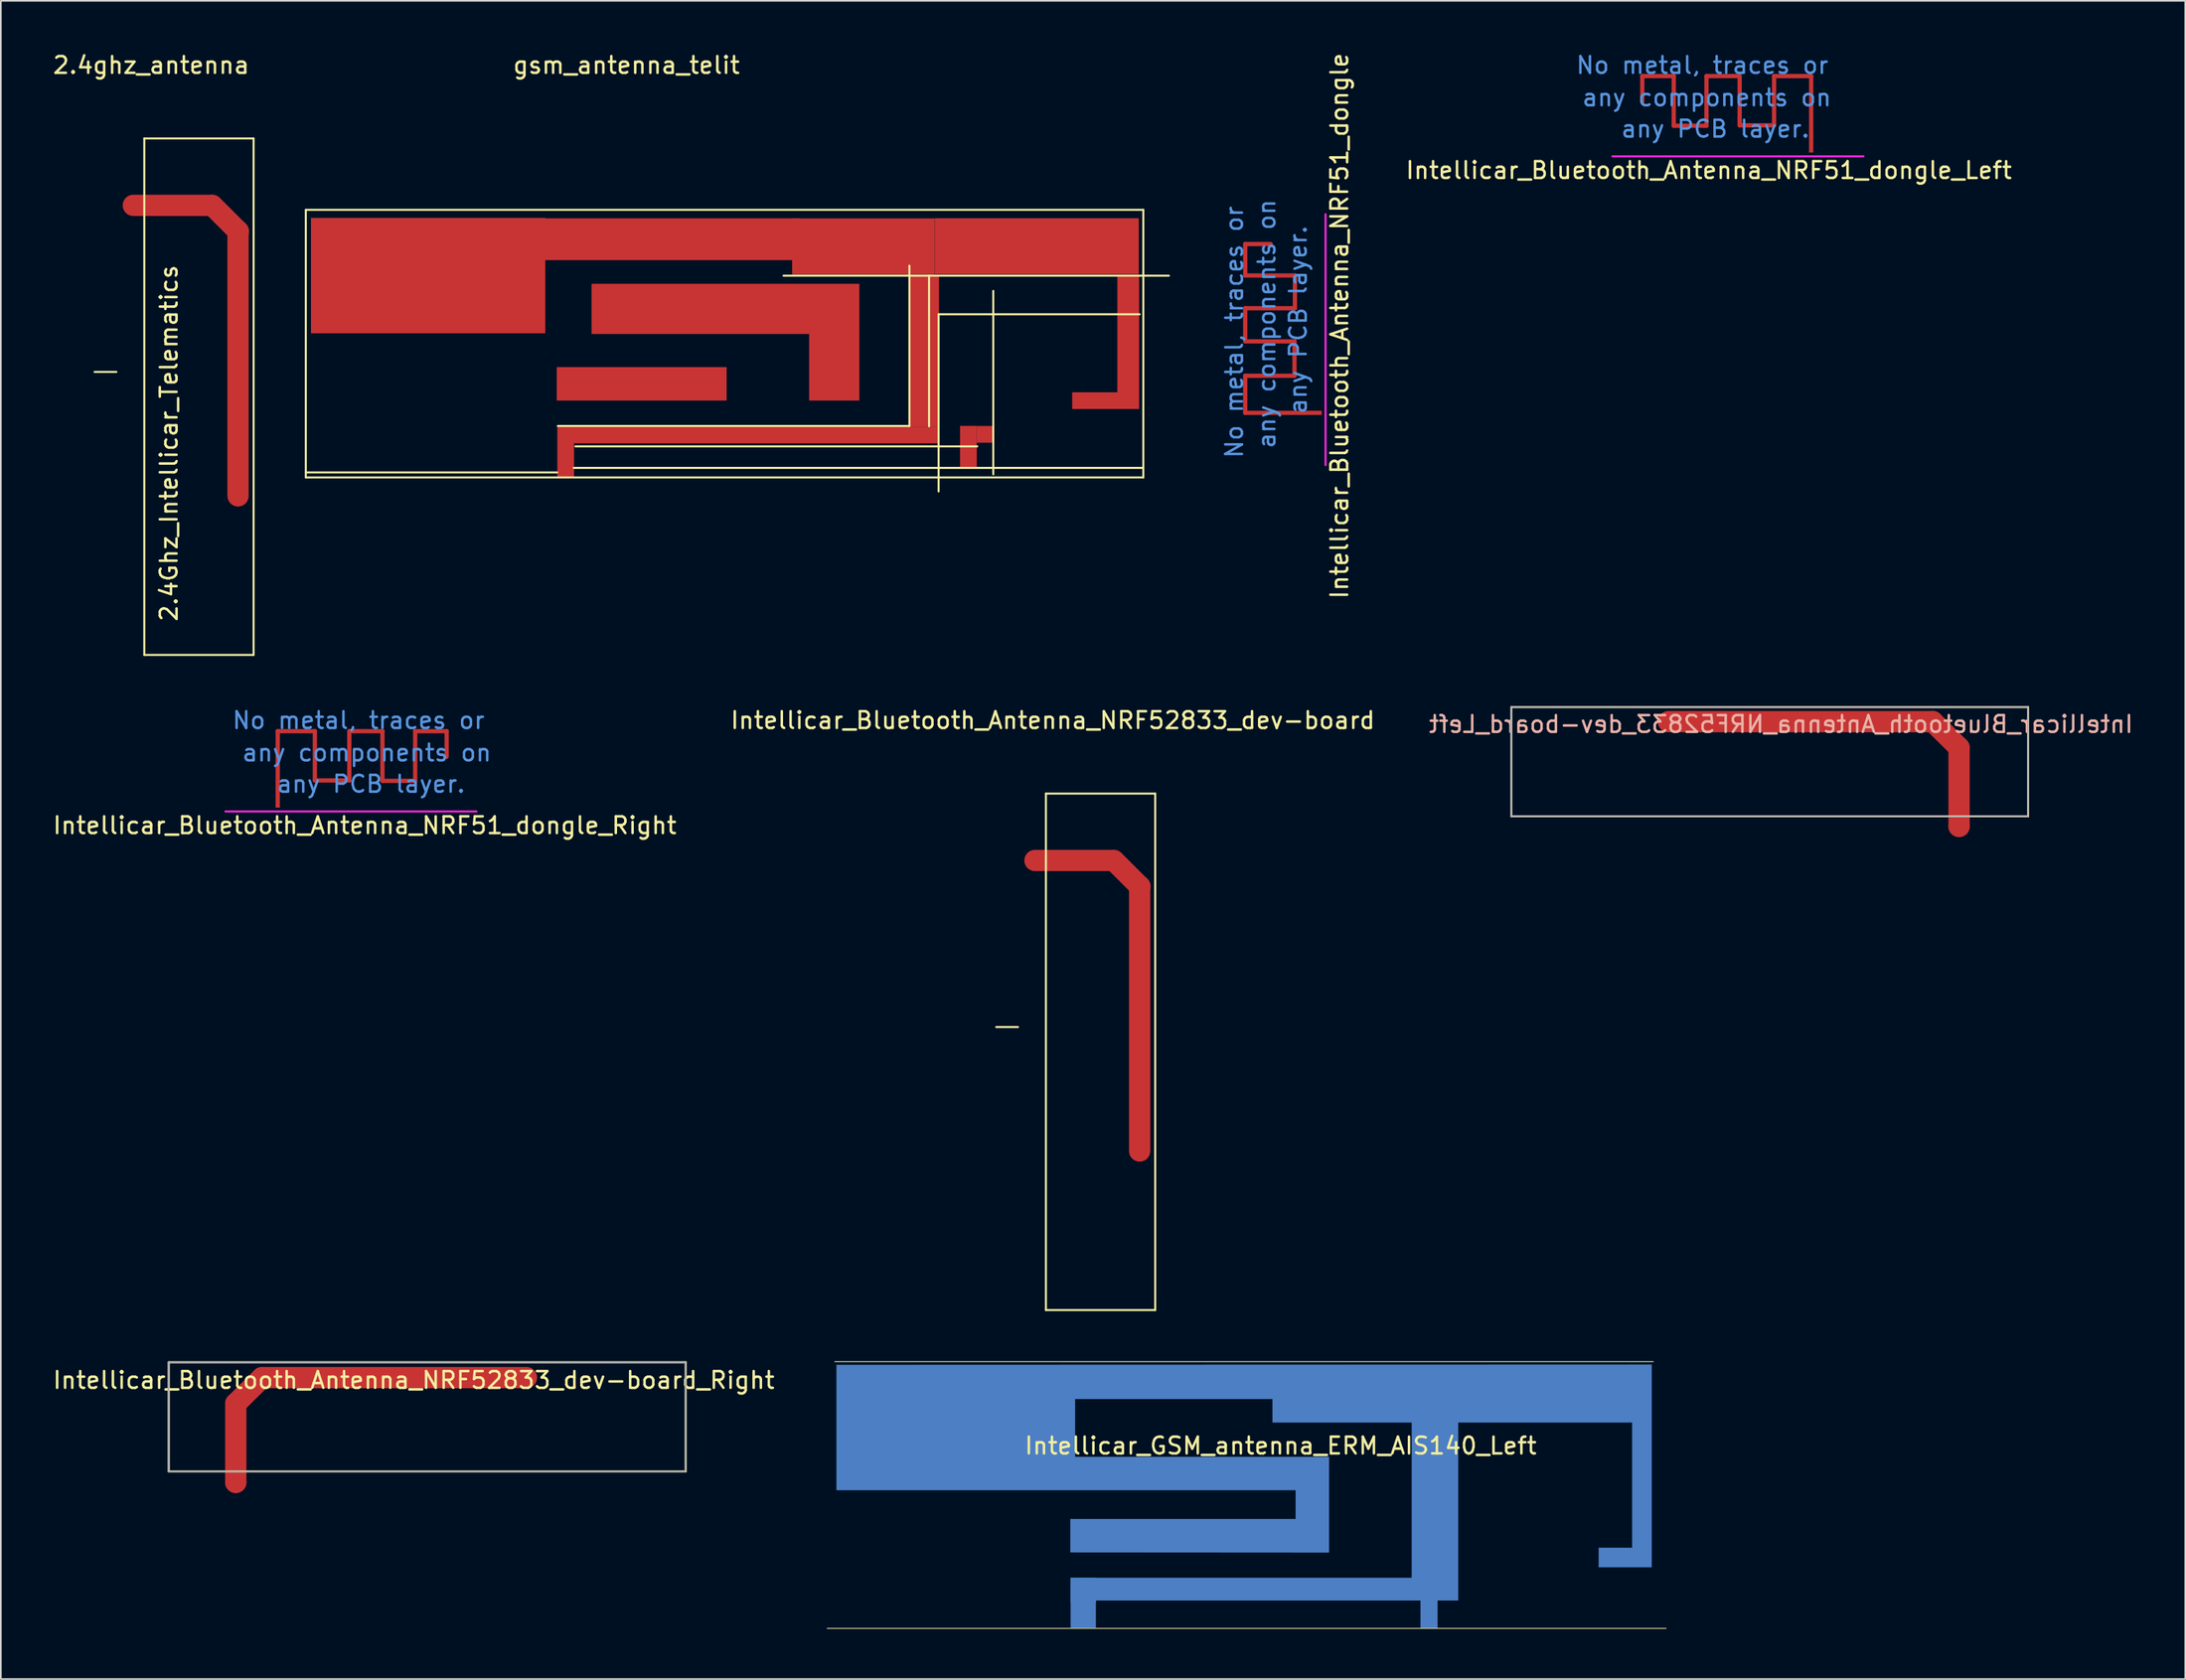
<source format=kicad_pcb>
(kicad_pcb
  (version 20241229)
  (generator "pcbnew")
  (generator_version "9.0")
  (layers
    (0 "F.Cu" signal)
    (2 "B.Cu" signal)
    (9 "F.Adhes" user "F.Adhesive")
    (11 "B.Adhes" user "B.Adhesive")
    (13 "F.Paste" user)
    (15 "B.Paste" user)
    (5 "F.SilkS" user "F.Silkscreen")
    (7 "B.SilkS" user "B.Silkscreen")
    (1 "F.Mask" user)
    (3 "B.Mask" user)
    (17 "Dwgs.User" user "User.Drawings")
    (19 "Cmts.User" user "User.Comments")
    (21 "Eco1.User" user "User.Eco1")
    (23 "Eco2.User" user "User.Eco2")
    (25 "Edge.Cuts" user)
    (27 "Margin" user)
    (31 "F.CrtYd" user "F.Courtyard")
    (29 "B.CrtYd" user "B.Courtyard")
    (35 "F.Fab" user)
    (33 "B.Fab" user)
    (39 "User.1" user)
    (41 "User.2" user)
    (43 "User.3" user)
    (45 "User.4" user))
  (footprint "Intellicar_Bluetooth_Antenna_NRF52833_dev-board_Left"
    (layer "F.Cu")
    (at 114.031 46.422)
    (property "Reference" "Intellicar_Bluetooth_Antenna_NRF52833_dev-board_Left" (at -10.668 -6.172 0) (layer "B.SilkS") (effects (font (size 1 1) (thickness 0.15)) (justify mirror)))
    (attr exclude_from_pos_files exclude_from_bom)
    (fp_line (start -17.399 -6.325) (end -1.6 -6.325) (stroke (width 1.27) (type solid)) (layer "F.Cu"))
    (fp_line (start -0.033 -4.773) (end -1.6 -6.325) (stroke (width 1.27) (type solid)) (layer "F.Cu"))
    (fp_line (start -0.033 -0.061) (end -0.033 -4.773) (stroke (width 1.27) (type solid)) (layer "F.Cu"))
    (fp_line (start -26.786 -0.663) (end -26.786 -7.193) (stroke (width 0.12) (type solid)) (layer "F.SilkS"))
    (fp_line (start 4.094 -7.193) (end -26.786 -7.193) (stroke (width 0.12) (type solid)) (layer "F.SilkS"))
    (fp_line (start 4.094 -0.663) (end -26.786 -0.663) (stroke (width 0.12) (type solid)) (layer "F.SilkS"))
    (fp_line (start 4.094 -0.663) (end 4.094 -7.193) (stroke (width 0.12) (type solid)) (layer "F.SilkS"))
    (fp_poly (pts (xy -26.797 -0.66) (xy 4.089 -0.66) (xy 4.089 -7.188) (xy -26.797 -7.188)) (stroke (width 0.1) (type solid)) (fill no) (layer "F.Fab"))
    (pad "1" smd oval (at -0.033 -0.061 90) (size 1.27 1.27) (layers "F.Cu")))
  (footprint "gsm_antenna_telit"
    (layer "F.Cu")
    (at 39.204 17.104)
    (property "Reference" "gsm_antenna_telit" (at -4.826 -16.256 0) (layer "F.SilkS") (effects (font (size 1 1) (thickness 0.15))))
    (attr through_hole)
    (fp_line (start -23.982 -7.61) (end -23.982 8.39) (stroke (width 0.12) (type solid)) (layer "F.SilkS"))
    (fp_line (start -23.982 8.39) (end 26.056 8.39) (stroke (width 0.12) (type solid)) (layer "F.SilkS"))
    (fp_line (start -23.98 8.09) (end -8.965 8.09) (stroke (width 0.12) (type solid)) (layer "F.SilkS"))
    (fp_line (start -23.978 -7.61) (end 26.06 -7.61) (stroke (width 0.12) (type solid)) (layer "F.SilkS"))
    (fp_line (start -8.925 5.315) (end 12.08 5.315) (stroke (width 0.12) (type solid)) (layer "F.SilkS"))
    (fp_line (start -7.875 6.535) (end 16.135 6.535) (stroke (width 0.12) (type solid)) (layer "F.SilkS"))
    (fp_line (start 12.08 5.315) (end 12.08 -4.27) (stroke (width 0.12) (type solid)) (layer "F.SilkS"))
    (fp_line (start 13.25 -3.67) (end 27.585 -3.67) (stroke (width 0.12) (type solid)) (layer "F.SilkS"))
    (fp_line (start 13.255 -3.67) (end 4.56 -3.67) (stroke (width 0.12) (type solid)) (layer "F.SilkS"))
    (fp_line (start 13.255 5.335) (end 13.255 -3.67) (stroke (width 0.12) (type solid)) (layer "F.SilkS"))
    (fp_line (start 13.825 -1.365) (end 13.825 9.23) (stroke (width 0.12) (type solid)) (layer "F.SilkS"))
    (fp_line (start 17.09 8.205) (end 17.09 -2.76) (stroke (width 0.12) (type solid)) (layer "F.SilkS"))
    (fp_line (start 25.835 -1.365) (end 13.825 -1.365) (stroke (width 0.12) (type solid)) (layer "F.SilkS"))
    (fp_line (start 26.045 7.82) (end -7.975 7.82) (stroke (width 0.12) (type solid)) (layer "F.SilkS"))
    (fp_line (start 26.056 -7.61) (end 26.056 8.39) (stroke (width 0.12) (type solid)) (layer "F.SilkS"))
    (pad "2" smd rect (at -16.675 -3.675) (size 14 6.9) (layers "F.Cu" "F.Mask" "F.Paste"))
    (pad "2" smd rect (at -8.455 6.85) (size 1 3) (layers "F.Cu" "F.Mask" "F.Paste"))
    (pad "2" smd rect (at -3.915 2.795 180) (size 10.15 2) (layers "F.Cu" "F.Mask" "F.Paste"))
    (pad "2" smd rect (at -2.475 -5.85) (size 16 2.5) (layers "F.Cu" "F.Mask" "F.Paste"))
    (pad "2" smd rect (at 1.09 -1.685) (size 16 3) (layers "F.Cu" "F.Mask" "F.Paste"))
    (pad "2" smd rect (at 2.855 5.85 90) (size 1 22) (layers "F.Cu" "F.Mask" "F.Paste"))
    (pad "2" smd rect (at 7.59 1.795 90) (size 4 3) (layers "F.Cu" "F.Mask" "F.Paste"))
    (pad "2" smd rect (at 9.325 -5.42) (size 8.5 3.35) (layers "F.Cu" "F.Mask" "F.Paste"))
    (pad "2" smd rect (at 12.95 0.855 270) (size 9 1.8) (layers "F.Cu" "F.Mask" "F.Paste"))
    (pad "2" smd rect (at 15.605 6.56 270) (size 2.5 1) (layers "F.Cu" "F.Mask" "F.Paste"))
    (pad "2" smd rect (at 16.61 5.815 270) (size 1 1) (layers "F.Cu" "F.Mask" "F.Paste"))
    (pad "2" smd rect (at 19.685 -5.43) (size 12.2 3.35) (layers "F.Cu" "F.Mask" "F.Paste"))
    (pad "2" smd rect (at 23.805 3.8 180) (size 4 1) (layers "F.Cu" "F.Mask" "F.Paste"))
    (pad "2" smd rect (at 25.155 -0.2 90) (size 7 1.3) (layers "F.Cu" "F.Mask" "F.Paste")))
  (footprint "Intellicar_Bluetooth_Antenna_NRF51_dongle"
    (layer "F.Cu")
    (at 76.143 16.419)
    (property "Reference" "Intellicar_Bluetooth_Antenna_NRF51_dongle" (at 0.838 0.015 90) (layer "F.SilkS") (effects (font (size 1 1) (thickness 0.15))))
    (attr through_hole)
    (fp_line (start -4.796 -4.877) (end -3.269 -4.877) (stroke (width 0.254) (type solid)) (layer "F.Cu"))
    (fp_line (start -4.796 -2.997) (end -4.796 -4.877) (stroke (width 0.254) (type solid)) (layer "F.Cu"))
    (fp_line (start -4.796 -2.997) (end -1.826 -2.997) (stroke (width 0.254) (type solid)) (layer "F.Cu"))
    (fp_line (start -4.796 -1.041) (end -1.826 -1.041) (stroke (width 0.254) (type solid)) (layer "F.Cu"))
    (fp_line (start -4.796 0.94) (end -4.796 -1.041) (stroke (width 0.254) (type solid)) (layer "F.Cu"))
    (fp_line (start -4.796 0.94) (end -1.852 0.94) (stroke (width 0.254) (type solid)) (layer "F.Cu"))
    (fp_line (start -4.796 2.997) (end -1.852 2.997) (stroke (width 0.254) (type solid)) (layer "F.Cu"))
    (fp_line (start -4.796 5.215) (end -4.796 2.997) (stroke (width 0.254) (type solid)) (layer "F.Cu"))
    (fp_line (start -4.796 5.215) (end -1.232 5.215) (stroke (width 0.254) (type solid)) (layer "F.Cu"))
    (fp_line (start -1.852 2.997) (end -1.852 0.94) (stroke (width 0.254) (type solid)) (layer "F.Cu"))
    (fp_line (start -1.826 -1.041) (end -1.826 -2.997) (stroke (width 0.254) (type solid)) (layer "F.Cu"))
    (fp_line (start 0.003 -6.661) (end 0.003 8.339) (stroke (width 0.12) (type solid)) (layer "F.CrtYd"))
    (fp_text user "No metal, traces or " (at -5.446 0.005 90) (layer "Cmts.User") (effects (font (size 1 1) (thickness 0.15))))
    (fp_text user "any components on" (at -3.51 -0.107 90) (layer "Cmts.User") (effects (font (size 1 1) (thickness 0.15))))
    (fp_text user " any PCB layer." (at -1.638 0.025 90) (layer "Cmts.User") (effects (font (size 1 1) (thickness 0.15))))
    (pad "1" smd rect (at -0.726 5.215) (size 1 0.254) (layers "F.Cu")))
  (footprint "Intellicar_Bluetooth_Antenna_NRF52833_dev-board"
    (layer "F.Cu")
    (at 61.851 58.397)
    (property "Reference" "Intellicar_Bluetooth_Antenna_NRF52833_dev-board" (at -2 -18.38 0) (layer "F.SilkS") (effects (font (size 1 1) (thickness 0.15))))
    (attr through_hole)
    (fp_line (start -5.38 -0.04) (end -4.08 -0.04) (stroke (width 0.12) (type solid)) (layer "F.SilkS"))
    (fp_line (start -2.41 -14) (end -2.41 16.88) (stroke (width 0.12) (type solid)) (layer "F.SilkS"))
    (fp_line (start -2.41 -14) (end 4.12 -14) (stroke (width 0.12) (type solid)) (layer "F.SilkS"))
    (fp_line (start -2.41 16.88) (end 4.12 16.88) (stroke (width 0.12) (type solid)) (layer "F.SilkS"))
    (fp_line (start 4.12 -14) (end 4.12 16.88) (stroke (width 0.12) (type solid)) (layer "F.SilkS"))
    (pad "1" smd oval (at -0.72 -10) (size 5.96 1.27) (layers "F.Cu" "F.Mask" "F.Paste"))
    (pad "1" smd oval (at 2.43 -9.22 315) (size 3.48 1.27) (layers "F.Cu" "F.Mask" "F.Paste"))
    (pad "1" smd oval (at 3.19 -0.55 90) (size 17.11 1.27) (layers "F.Cu" "F.Mask" "F.Paste")))
  (footprint "Intellicar_Bluetooth_Antenna_NRF51_dongle_Left"
    (layer "F.Cu")
    (at 105.181 5.634)
    (property "Reference" "Intellicar_Bluetooth_Antenna_NRF51_dongle_Left" (at -6.132 1.499 180) (layer "F.SilkS") (effects (font (size 1 1) (thickness 0.15))))
    (attr exclude_from_pos_files exclude_from_bom)
    (fp_line (start -10.109 -4.135) (end -10.109 -2.609) (stroke (width 0.254) (type solid)) (layer "F.Cu"))
    (fp_line (start -8.23 -4.135) (end -10.109 -4.135) (stroke (width 0.254) (type solid)) (layer "F.Cu"))
    (fp_line (start -8.23 -4.135) (end -8.23 -1.166) (stroke (width 0.254) (type solid)) (layer "F.Cu"))
    (fp_line (start -6.274 -4.135) (end -6.274 -1.166) (stroke (width 0.254) (type solid)) (layer "F.Cu"))
    (fp_line (start -6.274 -1.166) (end -8.23 -1.166) (stroke (width 0.254) (type solid)) (layer "F.Cu"))
    (fp_line (start -4.293 -4.135) (end -6.274 -4.135) (stroke (width 0.254) (type solid)) (layer "F.Cu"))
    (fp_line (start -4.293 -4.135) (end -4.293 -1.191) (stroke (width 0.254) (type solid)) (layer "F.Cu"))
    (fp_line (start -2.235 -4.135) (end -2.235 -1.191) (stroke (width 0.254) (type solid)) (layer "F.Cu"))
    (fp_line (start -2.235 -1.191) (end -4.293 -1.191) (stroke (width 0.254) (type solid)) (layer "F.Cu"))
    (fp_line (start -0.018 -4.135) (end -2.235 -4.135) (stroke (width 0.254) (type solid)) (layer "F.Cu"))
    (fp_line (start -0.018 -4.135) (end -0.018 -0.572) (stroke (width 0.254) (type solid)) (layer "F.Cu"))
    (fp_line (start -11.894 0.663) (end 3.106 0.663) (stroke (width 0.12) (type solid)) (layer "F.CrtYd"))
    (fp_text user " any PCB layer." (at -6.121 -0.978 180) (layer "Cmts.User") (effects (font (size 1 1) (thickness 0.15))))
    (fp_text user "No metal, traces or " (at -6.142 -4.785 180) (layer "Cmts.User") (effects (font (size 1 1) (thickness 0.15))))
    (fp_text user "any components on" (at -6.253 -2.85 180) (layer "Cmts.User") (effects (font (size 1 1) (thickness 0.15))))
    (pad "1" smd rect (at -0.018 -0.066 270) (size 1 0.254) (layers "F.Cu")))
  (footprint "2.4ghz_antenna"
    (layer "F.Cu")
    (at 7.982 19.228)
    (property "Reference" "2.4ghz_antenna" (at -2 -18.38 0) (layer "F.SilkS") (effects (font (size 1 1) (thickness 0.15))))
    (attr through_hole)
    (fp_line (start -5.38 -0.04) (end -4.08 -0.04) (stroke (width 0.12) (type solid)) (layer "F.SilkS"))
    (fp_line (start -2.41 -14) (end -2.41 16.88) (stroke (width 0.12) (type solid)) (layer "F.SilkS"))
    (fp_line (start -2.41 -14) (end 4.12 -14) (stroke (width 0.12) (type solid)) (layer "F.SilkS"))
    (fp_line (start -2.41 16.88) (end 4.12 16.88) (stroke (width 0.12) (type solid)) (layer "F.SilkS"))
    (fp_line (start 4.12 -14) (end 4.12 16.88) (stroke (width 0.12) (type solid)) (layer "F.SilkS"))
    (fp_text user "2.4Ghz_Intellicar_Telematics" (at -0.94 4.22 90) (layer "F.SilkS") (effects (font (size 1 1) (thickness 0.15))))
    (pad "1" smd oval (at -0.72 -10) (size 5.96 1.27) (layers "F.Cu" "F.Mask" "F.Paste"))
    (pad "1" smd oval (at 2.43 -9.22 315) (size 3.48 1.27) (layers "F.Cu" "F.Mask" "F.Paste"))
    (pad "1" smd oval (at 3.19 -0.55 90) (size 17.11 1.27) (layers "F.Cu" "F.Mask" "F.Paste")))
  (footprint "Intellicar_GSM_antenna_ERM_AIS140_Left"
    (layer "F.Cu")
    (at 73.475 86.83)
    (property "Reference" "Intellicar_GSM_antenna_ERM_AIS140_Left" (at -0.008 -3.442 0) (layer "F.SilkS") (effects (font (size 1 1) (thickness 0.15))))
    (attr through_hole)
    (fp_poly (pts (xy 22.162 3.825) (xy 18.989 3.825) (xy 18.989 2.654) (xy 20.988 2.654) (xy 20.988 -4.829) (xy 10.602 -4.829) (xy 10.602 5.812) (xy 9.357 5.812) (xy 9.357 7.46) (xy 8.354 7.46) (xy 8.354 5.812) (xy -11.049 5.812) (xy -11.049 5.959) (xy -12.56 5.959) (xy -12.56 4.45) (xy 7.818 4.45) (xy 7.818 -4.829) (xy -0.5 -4.829) (xy -0.5 -6.233) (xy -12.289 -6.233) (xy -12.289 -2.781) (xy 2.885 -2.781) (xy 2.885 2.946) (xy -12.576 2.936) (xy -12.576 0.935) (xy 0.884 0.935) (xy 0.884 -0.78) (xy -26.551 -0.78) (xy -26.551 -8.28) (xy 22.162 -8.296)) (stroke (width 0.001) (type solid)) (fill yes) (layer "B.Cu"))
    (fp_line (start -27.105 7.48) (end 23.015 7.48) (stroke (width 0.05) (type solid)) (layer "F.SilkS"))
    (fp_line (start -26.647 -8.468) (end 22.253 -8.468) (stroke (width 0.05) (type solid)) (layer "F.SilkS"))
    (pad "1" smd rect (at 8.855 5.96) (size 1 3) (layers "B.Cu"))
    (pad "2" smd rect (at -11.805 5.95) (size 1.51 3) (layers "B.Cu")))
  (footprint "Intellicar_Bluetooth_Antenna_NRF51_dongle_Right"
    (layer "F.Cu")
    (at 13.552 44.726)
    (property "Reference" "Intellicar_Bluetooth_Antenna_NRF51_dongle_Right" (at 5.192 1.575 0) (layer "F.SilkS") (effects (font (size 1 1) (thickness 0.15))))
    (attr exclude_from_pos_files exclude_from_bom)
    (fp_line (start -0.008 -4.059) (end -0.008 -0.495) (stroke (width 0.254) (type solid)) (layer "F.Cu"))
    (fp_line (start -0.008 -4.059) (end 2.21 -4.059) (stroke (width 0.254) (type solid)) (layer "F.Cu"))
    (fp_line (start 2.21 -4.059) (end 2.21 -1.115) (stroke (width 0.254) (type solid)) (layer "F.Cu"))
    (fp_line (start 2.21 -1.115) (end 4.267 -1.115) (stroke (width 0.254) (type solid)) (layer "F.Cu"))
    (fp_line (start 4.267 -4.059) (end 4.267 -1.115) (stroke (width 0.254) (type solid)) (layer "F.Cu"))
    (fp_line (start 4.267 -4.059) (end 6.248 -4.059) (stroke (width 0.254) (type solid)) (layer "F.Cu"))
    (fp_line (start 6.248 -4.059) (end 6.248 -1.09) (stroke (width 0.254) (type solid)) (layer "F.Cu"))
    (fp_line (start 6.248 -1.09) (end 8.204 -1.09) (stroke (width 0.254) (type solid)) (layer "F.Cu"))
    (fp_line (start 8.204 -4.059) (end 8.204 -1.09) (stroke (width 0.254) (type solid)) (layer "F.Cu"))
    (fp_line (start 8.204 -4.059) (end 10.084 -4.059) (stroke (width 0.254) (type solid)) (layer "F.Cu"))
    (fp_line (start 10.084 -4.059) (end 10.084 -2.532) (stroke (width 0.254) (type solid)) (layer "F.Cu"))
    (fp_line (start 11.868 0.739) (end -3.132 0.739) (stroke (width 0.12) (type solid)) (layer "F.CrtYd"))
    (fp_text user "No metal, traces or " (at 5.202 -4.709 0) (layer "Cmts.User") (effects (font (size 1 1) (thickness 0.15))))
    (fp_text user " any PCB layer." (at 5.182 -0.902 0) (layer "Cmts.User") (effects (font (size 1 1) (thickness 0.15))))
    (fp_text user "any components on" (at 5.314 -2.774 0) (layer "Cmts.User") (effects (font (size 1 1) (thickness 0.15))))
    (pad "1" smd rect (at -0.008 0.01 270) (size 1 0.254) (layers "F.Cu")))
  (footprint "Intellicar_Bluetooth_Antenna_NRF52833_dev-board_Right"
    (layer "F.Cu")
    (at 10.979 85.59)
    (property "Reference" "Intellicar_Bluetooth_Antenna_NRF52833_dev-board_Right" (at 10.693 -6.121 180) (layer "F.SilkS") (effects (font (size 1 1) (thickness 0.15))))
    (attr exclude_from_pos_files exclude_from_bom)
    (fp_line (start 0.058 -4.722) (end 1.626 -6.274) (stroke (width 1.27) (type solid)) (layer "F.Cu"))
    (fp_line (start 0.058 -0.01) (end 0.058 -4.722) (stroke (width 1.27) (type solid)) (layer "F.Cu"))
    (fp_line (start 17.424 -6.274) (end 1.626 -6.274) (stroke (width 1.27) (type solid)) (layer "F.Cu"))
    (fp_line (start -3.942 -7.193) (end 26.938 -7.193) (stroke (width 0.12) (type solid)) (layer "F.SilkS"))
    (fp_line (start -3.942 -0.663) (end -3.942 -7.193) (stroke (width 0.12) (type solid)) (layer "F.SilkS"))
    (fp_line (start -3.942 -0.663) (end 26.938 -0.663) (stroke (width 0.12) (type solid)) (layer "F.SilkS"))
    (fp_line (start 26.938 -0.663) (end 26.938 -7.193) (stroke (width 0.12) (type solid)) (layer "F.SilkS"))
    (fp_poly (pts (xy 26.924 -0.66) (xy -3.962 -0.66) (xy -3.962 -7.188) (xy 26.924 -7.188)) (stroke (width 0.1) (type solid)) (fill no) (layer "F.Fab"))
    (pad "1" smd oval (at 0.058 -0.01 90) (size 1.27 1.27) (layers "F.Cu")))
  (gr_rect
    (start -3 -3)
    (end 127.512 97.335)
    (stroke (width 0.1) (type default))
    (fill no)
    (layer "Edge.Cuts")))
</source>
